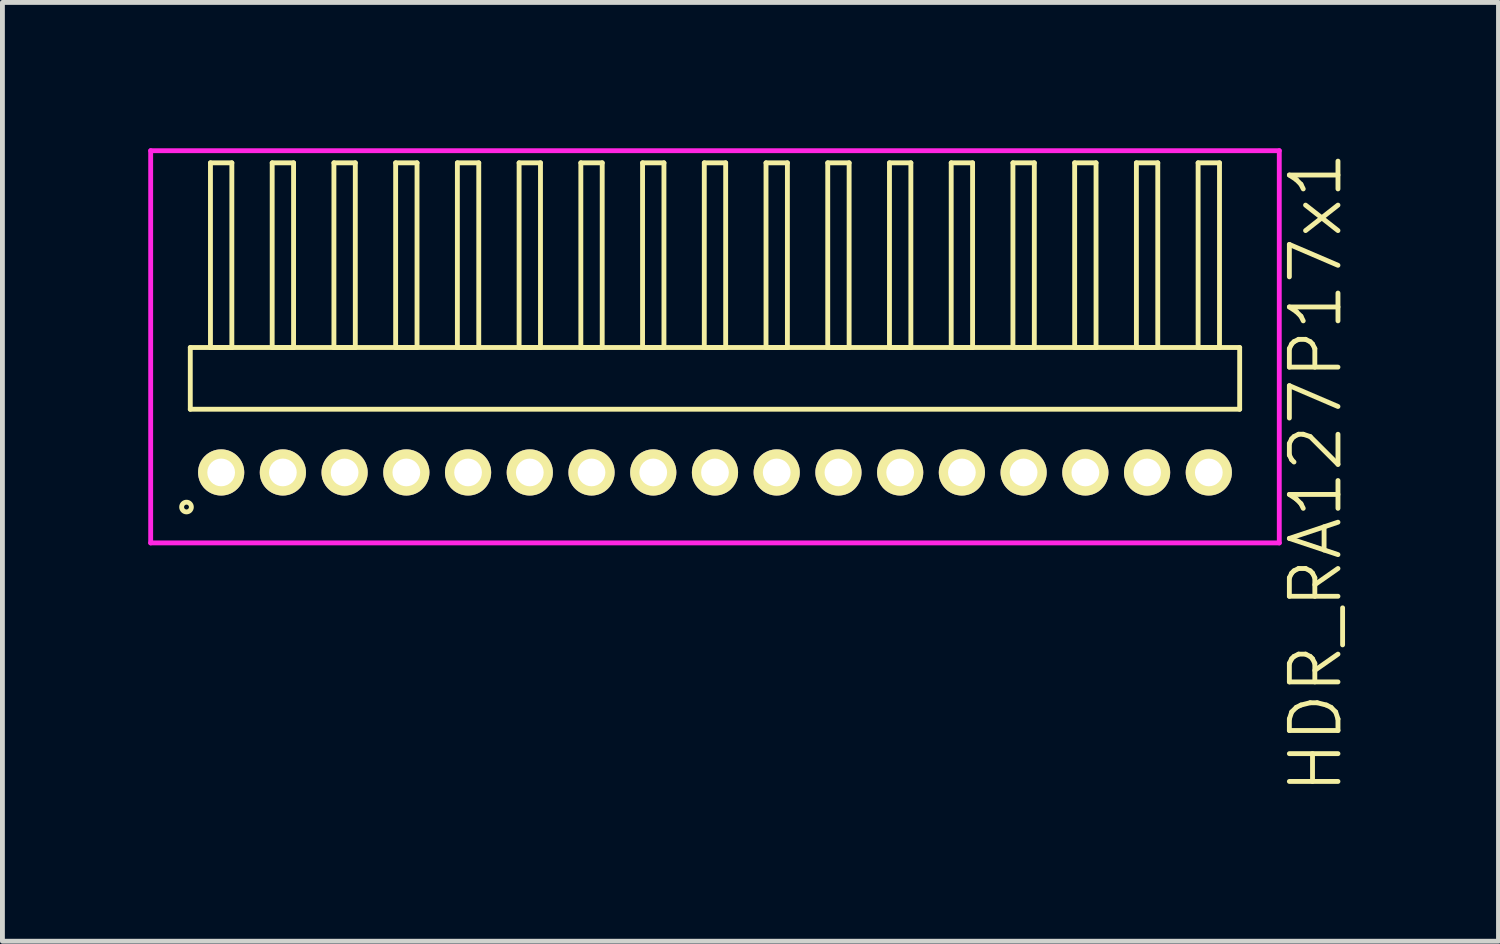
<source format=kicad_pcb>
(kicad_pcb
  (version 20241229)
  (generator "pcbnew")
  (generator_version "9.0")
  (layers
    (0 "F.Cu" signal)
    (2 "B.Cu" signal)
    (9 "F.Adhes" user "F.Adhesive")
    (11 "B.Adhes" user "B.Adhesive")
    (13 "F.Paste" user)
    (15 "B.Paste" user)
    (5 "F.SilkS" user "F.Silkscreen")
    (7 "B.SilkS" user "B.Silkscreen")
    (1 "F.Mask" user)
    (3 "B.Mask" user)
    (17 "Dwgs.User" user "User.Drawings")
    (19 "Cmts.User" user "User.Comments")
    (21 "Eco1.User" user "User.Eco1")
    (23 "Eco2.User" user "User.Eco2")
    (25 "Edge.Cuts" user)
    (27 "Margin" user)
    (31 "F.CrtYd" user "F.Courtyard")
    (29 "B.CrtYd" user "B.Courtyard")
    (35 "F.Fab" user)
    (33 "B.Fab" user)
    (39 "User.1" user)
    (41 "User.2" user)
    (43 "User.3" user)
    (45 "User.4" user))
  (footprint "HDR_RA127P17x1"
    (layer "F.Cu")
    (at 11.66 6.67)
    (property "Reference" "HDR_RA127P17x1" (at 12.36 0 90) (layer "F.SilkS") (effects (font (size 1 1) (thickness 0.1))))
    (attr through_hole)
    (fp_line (start -10.795 -2.57) (end -10.795 -1.3) (stroke (width 0.1) (type solid)) (layer "F.SilkS"))
    (fp_line (start -10.795 -1.3) (end 10.795 -1.3) (stroke (width 0.1) (type solid)) (layer "F.SilkS"))
    (fp_line (start -10.38 -6.37) (end -10.38 -2.57) (stroke (width 0.1) (type solid)) (layer "F.SilkS"))
    (fp_line (start -10.38 -2.57) (end -9.94 -2.57) (stroke (width 0.1) (type solid)) (layer "F.SilkS"))
    (fp_line (start -9.94 -6.37) (end -10.38 -6.37) (stroke (width 0.1) (type solid)) (layer "F.SilkS"))
    (fp_line (start -9.94 -2.57) (end -9.94 -6.37) (stroke (width 0.1) (type solid)) (layer "F.SilkS"))
    (fp_line (start -9.11 -6.37) (end -9.11 -2.57) (stroke (width 0.1) (type solid)) (layer "F.SilkS"))
    (fp_line (start -9.11 -2.57) (end -8.67 -2.57) (stroke (width 0.1) (type solid)) (layer "F.SilkS"))
    (fp_line (start -8.67 -6.37) (end -9.11 -6.37) (stroke (width 0.1) (type solid)) (layer "F.SilkS"))
    (fp_line (start -8.67 -2.57) (end -8.67 -6.37) (stroke (width 0.1) (type solid)) (layer "F.SilkS"))
    (fp_line (start -7.84 -6.37) (end -7.84 -2.57) (stroke (width 0.1) (type solid)) (layer "F.SilkS"))
    (fp_line (start -7.84 -2.57) (end -7.4 -2.57) (stroke (width 0.1) (type solid)) (layer "F.SilkS"))
    (fp_line (start -7.4 -6.37) (end -7.84 -6.37) (stroke (width 0.1) (type solid)) (layer "F.SilkS"))
    (fp_line (start -7.4 -2.57) (end -7.4 -6.37) (stroke (width 0.1) (type solid)) (layer "F.SilkS"))
    (fp_line (start -6.57 -6.37) (end -6.57 -2.57) (stroke (width 0.1) (type solid)) (layer "F.SilkS"))
    (fp_line (start -6.57 -2.57) (end -6.13 -2.57) (stroke (width 0.1) (type solid)) (layer "F.SilkS"))
    (fp_line (start -6.13 -6.37) (end -6.57 -6.37) (stroke (width 0.1) (type solid)) (layer "F.SilkS"))
    (fp_line (start -6.13 -2.57) (end -6.13 -6.37) (stroke (width 0.1) (type solid)) (layer "F.SilkS"))
    (fp_line (start -5.3 -6.37) (end -5.3 -2.57) (stroke (width 0.1) (type solid)) (layer "F.SilkS"))
    (fp_line (start -5.3 -2.57) (end -4.86 -2.57) (stroke (width 0.1) (type solid)) (layer "F.SilkS"))
    (fp_line (start -4.86 -6.37) (end -5.3 -6.37) (stroke (width 0.1) (type solid)) (layer "F.SilkS"))
    (fp_line (start -4.86 -2.57) (end -4.86 -6.37) (stroke (width 0.1) (type solid)) (layer "F.SilkS"))
    (fp_line (start -4.03 -6.37) (end -4.03 -2.57) (stroke (width 0.1) (type solid)) (layer "F.SilkS"))
    (fp_line (start -4.03 -2.57) (end -3.59 -2.57) (stroke (width 0.1) (type solid)) (layer "F.SilkS"))
    (fp_line (start -3.59 -6.37) (end -4.03 -6.37) (stroke (width 0.1) (type solid)) (layer "F.SilkS"))
    (fp_line (start -3.59 -2.57) (end -3.59 -6.37) (stroke (width 0.1) (type solid)) (layer "F.SilkS"))
    (fp_line (start -2.76 -6.37) (end -2.76 -2.57) (stroke (width 0.1) (type solid)) (layer "F.SilkS"))
    (fp_line (start -2.76 -2.57) (end -2.32 -2.57) (stroke (width 0.1) (type solid)) (layer "F.SilkS"))
    (fp_line (start -2.32 -6.37) (end -2.76 -6.37) (stroke (width 0.1) (type solid)) (layer "F.SilkS"))
    (fp_line (start -2.32 -2.57) (end -2.32 -6.37) (stroke (width 0.1) (type solid)) (layer "F.SilkS"))
    (fp_line (start -1.49 -6.37) (end -1.49 -2.57) (stroke (width 0.1) (type solid)) (layer "F.SilkS"))
    (fp_line (start -1.49 -2.57) (end -1.05 -2.57) (stroke (width 0.1) (type solid)) (layer "F.SilkS"))
    (fp_line (start -1.05 -6.37) (end -1.49 -6.37) (stroke (width 0.1) (type solid)) (layer "F.SilkS"))
    (fp_line (start -1.05 -2.57) (end -1.05 -6.37) (stroke (width 0.1) (type solid)) (layer "F.SilkS"))
    (fp_line (start -0.22 -6.37) (end -0.22 -2.57) (stroke (width 0.1) (type solid)) (layer "F.SilkS"))
    (fp_line (start -0.22 -2.57) (end 0.22 -2.57) (stroke (width 0.1) (type solid)) (layer "F.SilkS"))
    (fp_line (start 0.22 -6.37) (end -0.22 -6.37) (stroke (width 0.1) (type solid)) (layer "F.SilkS"))
    (fp_line (start 0.22 -2.57) (end 0.22 -6.37) (stroke (width 0.1) (type solid)) (layer "F.SilkS"))
    (fp_line (start 1.05 -6.37) (end 1.05 -2.57) (stroke (width 0.1) (type solid)) (layer "F.SilkS"))
    (fp_line (start 1.05 -2.57) (end 1.49 -2.57) (stroke (width 0.1) (type solid)) (layer "F.SilkS"))
    (fp_line (start 1.49 -6.37) (end 1.05 -6.37) (stroke (width 0.1) (type solid)) (layer "F.SilkS"))
    (fp_line (start 1.49 -2.57) (end 1.49 -6.37) (stroke (width 0.1) (type solid)) (layer "F.SilkS"))
    (fp_line (start 2.32 -6.37) (end 2.32 -2.57) (stroke (width 0.1) (type solid)) (layer "F.SilkS"))
    (fp_line (start 2.32 -2.57) (end 2.76 -2.57) (stroke (width 0.1) (type solid)) (layer "F.SilkS"))
    (fp_line (start 2.76 -6.37) (end 2.32 -6.37) (stroke (width 0.1) (type solid)) (layer "F.SilkS"))
    (fp_line (start 2.76 -2.57) (end 2.76 -6.37) (stroke (width 0.1) (type solid)) (layer "F.SilkS"))
    (fp_line (start 3.59 -6.37) (end 3.59 -2.57) (stroke (width 0.1) (type solid)) (layer "F.SilkS"))
    (fp_line (start 3.59 -2.57) (end 4.03 -2.57) (stroke (width 0.1) (type solid)) (layer "F.SilkS"))
    (fp_line (start 4.03 -6.37) (end 3.59 -6.37) (stroke (width 0.1) (type solid)) (layer "F.SilkS"))
    (fp_line (start 4.03 -2.57) (end 4.03 -6.37) (stroke (width 0.1) (type solid)) (layer "F.SilkS"))
    (fp_line (start 4.86 -6.37) (end 4.86 -2.57) (stroke (width 0.1) (type solid)) (layer "F.SilkS"))
    (fp_line (start 4.86 -2.57) (end 5.3 -2.57) (stroke (width 0.1) (type solid)) (layer "F.SilkS"))
    (fp_line (start 5.3 -6.37) (end 4.86 -6.37) (stroke (width 0.1) (type solid)) (layer "F.SilkS"))
    (fp_line (start 5.3 -2.57) (end 5.3 -6.37) (stroke (width 0.1) (type solid)) (layer "F.SilkS"))
    (fp_line (start 6.13 -6.37) (end 6.13 -2.57) (stroke (width 0.1) (type solid)) (layer "F.SilkS"))
    (fp_line (start 6.13 -2.57) (end 6.57 -2.57) (stroke (width 0.1) (type solid)) (layer "F.SilkS"))
    (fp_line (start 6.57 -6.37) (end 6.13 -6.37) (stroke (width 0.1) (type solid)) (layer "F.SilkS"))
    (fp_line (start 6.57 -2.57) (end 6.57 -6.37) (stroke (width 0.1) (type solid)) (layer "F.SilkS"))
    (fp_line (start 7.4 -6.37) (end 7.4 -2.57) (stroke (width 0.1) (type solid)) (layer "F.SilkS"))
    (fp_line (start 7.4 -2.57) (end 7.84 -2.57) (stroke (width 0.1) (type solid)) (layer "F.SilkS"))
    (fp_line (start 7.84 -6.37) (end 7.4 -6.37) (stroke (width 0.1) (type solid)) (layer "F.SilkS"))
    (fp_line (start 7.84 -2.57) (end 7.84 -6.37) (stroke (width 0.1) (type solid)) (layer "F.SilkS"))
    (fp_line (start 8.67 -6.37) (end 8.67 -2.57) (stroke (width 0.1) (type solid)) (layer "F.SilkS"))
    (fp_line (start 8.67 -2.57) (end 9.11 -2.57) (stroke (width 0.1) (type solid)) (layer "F.SilkS"))
    (fp_line (start 9.11 -6.37) (end 8.67 -6.37) (stroke (width 0.1) (type solid)) (layer "F.SilkS"))
    (fp_line (start 9.11 -2.57) (end 9.11 -6.37) (stroke (width 0.1) (type solid)) (layer "F.SilkS"))
    (fp_line (start 9.94 -6.37) (end 9.94 -2.57) (stroke (width 0.1) (type solid)) (layer "F.SilkS"))
    (fp_line (start 9.94 -2.57) (end 10.38 -2.57) (stroke (width 0.1) (type solid)) (layer "F.SilkS"))
    (fp_line (start 10.38 -6.37) (end 9.94 -6.37) (stroke (width 0.1) (type solid)) (layer "F.SilkS"))
    (fp_line (start 10.38 -2.57) (end 10.38 -6.37) (stroke (width 0.1) (type solid)) (layer "F.SilkS"))
    (fp_line (start 10.795 -2.57) (end -10.795 -2.57) (stroke (width 0.1) (type solid)) (layer "F.SilkS"))
    (fp_line (start 10.795 -1.3) (end 10.795 -2.57) (stroke (width 0.1) (type solid)) (layer "F.SilkS"))
    (fp_circle (center -10.873 0.712) (end -10.773 0.712) (stroke (width 0.1) (type solid)) (fill no) (layer "F.SilkS"))
    (fp_line (start -11.61 -6.62) (end -11.61 1.45) (stroke (width 0.1) (type solid)) (layer "F.CrtYd"))
    (fp_line (start -11.61 1.45) (end 11.61 1.45) (stroke (width 0.1) (type solid)) (layer "F.CrtYd"))
    (fp_line (start 11.61 -6.62) (end -11.61 -6.62) (stroke (width 0.1) (type solid)) (layer "F.CrtYd"))
    (fp_line (start 11.61 1.45) (end 11.61 -6.62) (stroke (width 0.1) (type solid)) (layer "F.CrtYd"))
    (pad "1" thru_hole oval (at -10.16 0) (size 0.95 0.95) (drill 0.57) (layers "*.Cu" "*.Mask" "F.SilkS"))
    (pad "2" thru_hole oval (at -8.89 0) (size 0.95 0.95) (drill 0.57) (layers "*.Cu" "*.Mask" "F.SilkS"))
    (pad "3" thru_hole oval (at -7.62 0) (size 0.95 0.95) (drill 0.57) (layers "*.Cu" "*.Mask" "F.SilkS"))
    (pad "4" thru_hole oval (at -6.35 0) (size 0.95 0.95) (drill 0.57) (layers "*.Cu" "*.Mask" "F.SilkS"))
    (pad "5" thru_hole oval (at -5.08 0) (size 0.95 0.95) (drill 0.57) (layers "*.Cu" "*.Mask" "F.SilkS"))
    (pad "6" thru_hole oval (at -3.81 0) (size 0.95 0.95) (drill 0.57) (layers "*.Cu" "*.Mask" "F.SilkS"))
    (pad "7" thru_hole oval (at -2.54 0) (size 0.95 0.95) (drill 0.57) (layers "*.Cu" "*.Mask" "F.SilkS"))
    (pad "8" thru_hole oval (at -1.27 0) (size 0.95 0.95) (drill 0.57) (layers "*.Cu" "*.Mask" "F.SilkS"))
    (pad "9" thru_hole oval (at 0 0) (size 0.95 0.95) (drill 0.57) (layers "*.Cu" "*.Mask" "F.SilkS"))
    (pad "10" thru_hole oval (at 1.27 0) (size 0.95 0.95) (drill 0.57) (layers "*.Cu" "*.Mask" "F.SilkS"))
    (pad "11" thru_hole oval (at 2.54 0) (size 0.95 0.95) (drill 0.57) (layers "*.Cu" "*.Mask" "F.SilkS"))
    (pad "12" thru_hole oval (at 3.81 0) (size 0.95 0.95) (drill 0.57) (layers "*.Cu" "*.Mask" "F.SilkS"))
    (pad "13" thru_hole oval (at 5.08 0) (size 0.95 0.95) (drill 0.57) (layers "*.Cu" "*.Mask" "F.SilkS"))
    (pad "14" thru_hole oval (at 6.35 0) (size 0.95 0.95) (drill 0.57) (layers "*.Cu" "*.Mask" "F.SilkS"))
    (pad "15" thru_hole oval (at 7.62 0) (size 0.95 0.95) (drill 0.57) (layers "*.Cu" "*.Mask" "F.SilkS"))
    (pad "16" thru_hole oval (at 8.89 0) (size 0.95 0.95) (drill 0.57) (layers "*.Cu" "*.Mask" "F.SilkS"))
    (pad "17" thru_hole oval (at 10.16 0) (size 0.95 0.95) (drill 0.57) (layers "*.Cu" "*.Mask" "F.SilkS")))
  (gr_rect
    (start -3 -3)
    (end 27.78 16.315)
    (stroke (width 0.1) (type default))
    (fill no)
    (layer "Edge.Cuts")))
</source>
